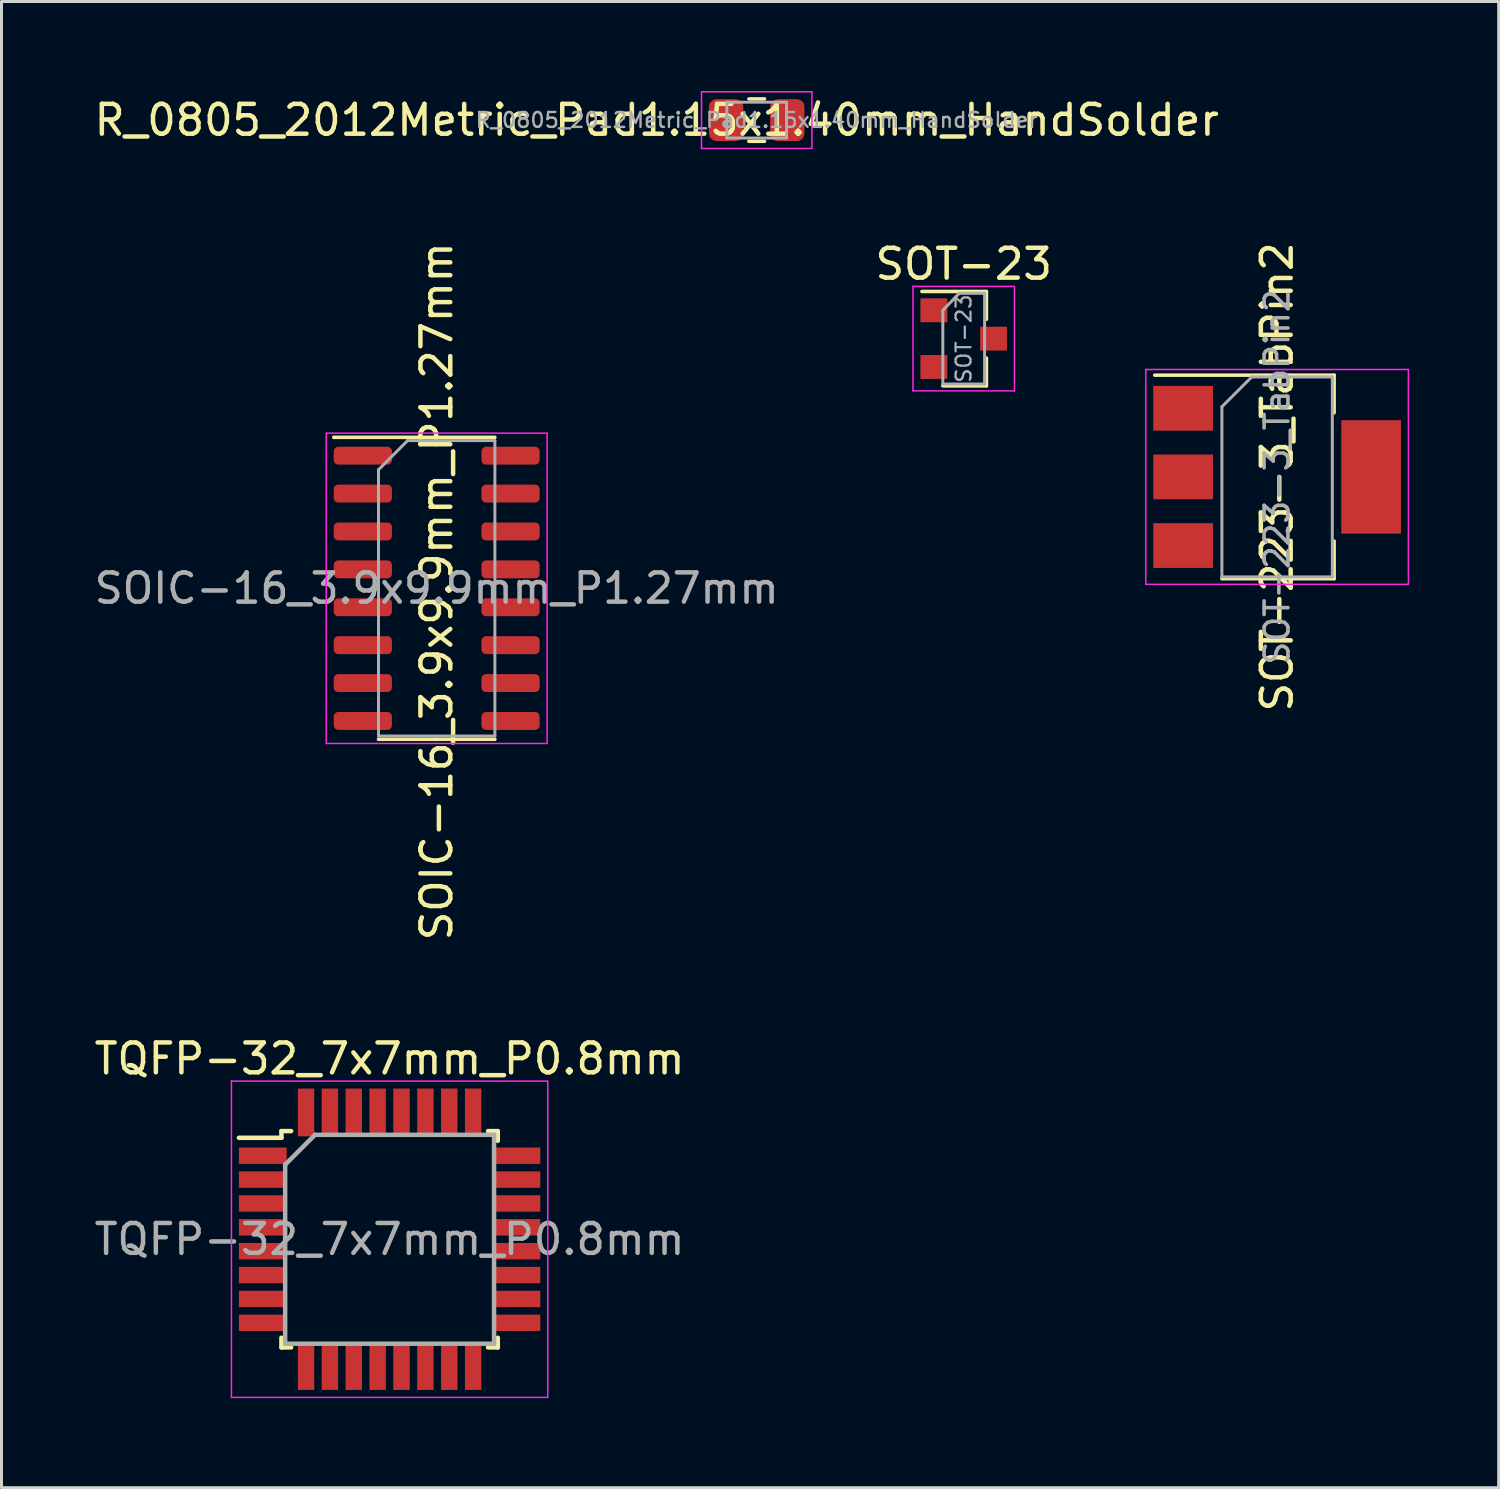
<source format=kicad_pcb>
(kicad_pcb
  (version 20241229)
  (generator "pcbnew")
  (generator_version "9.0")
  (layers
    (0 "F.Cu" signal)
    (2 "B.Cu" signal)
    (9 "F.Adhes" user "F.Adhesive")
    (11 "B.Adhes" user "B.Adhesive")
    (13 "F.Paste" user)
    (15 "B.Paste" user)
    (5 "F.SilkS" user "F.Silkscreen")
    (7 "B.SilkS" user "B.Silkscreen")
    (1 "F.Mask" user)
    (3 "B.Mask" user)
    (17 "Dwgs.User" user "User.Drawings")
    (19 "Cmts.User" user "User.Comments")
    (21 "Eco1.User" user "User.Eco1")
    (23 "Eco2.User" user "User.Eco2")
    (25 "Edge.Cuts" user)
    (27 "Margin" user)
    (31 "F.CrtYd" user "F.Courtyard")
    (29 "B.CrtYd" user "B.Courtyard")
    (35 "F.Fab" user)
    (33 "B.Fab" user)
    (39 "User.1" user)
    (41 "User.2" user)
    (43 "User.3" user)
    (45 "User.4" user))
  (footprint "SOIC-16_3.9x9.9mm_P1.27mm"
    (layer "F.Cu")
    (at 11.584 16.665)
    (property "Reference" "SOIC-16_3.9x9.9mm_P1.27mm" (at 0 0.1 270) (layer "F.SilkS") (effects (font (size 1 1) (thickness 0.15))))
    (attr smd)
    (fp_line (start 0 -5.06) (end -3.45 -5.06) (stroke (width 0.12) (type solid)) (layer "F.SilkS"))
    (fp_line (start 0 -5.06) (end 1.95 -5.06) (stroke (width 0.12) (type solid)) (layer "F.SilkS"))
    (fp_line (start 0 5.06) (end -1.95 5.06) (stroke (width 0.12) (type solid)) (layer "F.SilkS"))
    (fp_line (start 0 5.06) (end 1.95 5.06) (stroke (width 0.12) (type solid)) (layer "F.SilkS"))
    (fp_line (start -3.7 -5.2) (end -3.7 5.2) (stroke (width 0.05) (type solid)) (layer "F.CrtYd"))
    (fp_line (start -3.7 5.2) (end 3.7 5.2) (stroke (width 0.05) (type solid)) (layer "F.CrtYd"))
    (fp_line (start 3.7 -5.2) (end -3.7 -5.2) (stroke (width 0.05) (type solid)) (layer "F.CrtYd"))
    (fp_line (start 3.7 5.2) (end 3.7 -5.2) (stroke (width 0.05) (type solid)) (layer "F.CrtYd"))
    (fp_line (start -1.95 -3.975) (end -0.975 -4.95) (stroke (width 0.1) (type solid)) (layer "F.Fab"))
    (fp_line (start -1.95 4.95) (end -1.95 -3.975) (stroke (width 0.1) (type solid)) (layer "F.Fab"))
    (fp_line (start -0.975 -4.95) (end 1.95 -4.95) (stroke (width 0.1) (type solid)) (layer "F.Fab"))
    (fp_line (start 1.95 -4.95) (end 1.95 4.95) (stroke (width 0.1) (type solid)) (layer "F.Fab"))
    (fp_line (start 1.95 4.95) (end -1.95 4.95) (stroke (width 0.1) (type solid)) (layer "F.Fab"))
    (fp_text user "${REFERENCE}" (at 0 0 0) (layer "F.Fab") (effects (font (size 0.98 0.98) (thickness 0.15))))
    (pad "1" smd roundrect (at -2.475 -4.445) (size 1.95 0.6) (layers "F.Cu" "F.Mask" "F.Paste") (roundrect_rratio 0.25))
    (pad "2" smd roundrect (at -2.475 -3.175) (size 1.95 0.6) (layers "F.Cu" "F.Mask" "F.Paste") (roundrect_rratio 0.25))
    (pad "3" smd roundrect (at -2.475 -1.905) (size 1.95 0.6) (layers "F.Cu" "F.Mask" "F.Paste") (roundrect_rratio 0.25))
    (pad "4" smd roundrect (at -2.475 -0.635) (size 1.95 0.6) (layers "F.Cu" "F.Mask" "F.Paste") (roundrect_rratio 0.25))
    (pad "5" smd roundrect (at -2.475 0.635) (size 1.95 0.6) (layers "F.Cu" "F.Mask" "F.Paste") (roundrect_rratio 0.25))
    (pad "6" smd roundrect (at -2.475 1.905) (size 1.95 0.6) (layers "F.Cu" "F.Mask" "F.Paste") (roundrect_rratio 0.25))
    (pad "7" smd roundrect (at -2.475 3.175) (size 1.95 0.6) (layers "F.Cu" "F.Mask" "F.Paste") (roundrect_rratio 0.25))
    (pad "8" smd roundrect (at -2.475 4.445) (size 1.95 0.6) (layers "F.Cu" "F.Mask" "F.Paste") (roundrect_rratio 0.25))
    (pad "9" smd roundrect (at 2.475 4.445) (size 1.95 0.6) (layers "F.Cu" "F.Mask" "F.Paste") (roundrect_rratio 0.25))
    (pad "10" smd roundrect (at 2.475 3.175) (size 1.95 0.6) (layers "F.Cu" "F.Mask" "F.Paste") (roundrect_rratio 0.25))
    (pad "11" smd roundrect (at 2.475 1.905) (size 1.95 0.6) (layers "F.Cu" "F.Mask" "F.Paste") (roundrect_rratio 0.25))
    (pad "12" smd roundrect (at 2.475 0.635) (size 1.95 0.6) (layers "F.Cu" "F.Mask" "F.Paste") (roundrect_rratio 0.25))
    (pad "13" smd roundrect (at 2.475 -0.635) (size 1.95 0.6) (layers "F.Cu" "F.Mask" "F.Paste") (roundrect_rratio 0.25))
    (pad "14" smd roundrect (at 2.475 -1.905) (size 1.95 0.6) (layers "F.Cu" "F.Mask" "F.Paste") (roundrect_rratio 0.25))
    (pad "15" smd roundrect (at 2.475 -3.175) (size 1.95 0.6) (layers "F.Cu" "F.Mask" "F.Paste") (roundrect_rratio 0.25))
    (pad "16" smd roundrect (at 2.475 -4.445) (size 1.95 0.6) (layers "F.Cu" "F.Mask" "F.Paste") (roundrect_rratio 0.25)))
  (footprint "TQFP-32_7x7mm_P0.8mm"
    (layer "F.Cu")
    (at 10.006 38.479)
    (property "Reference" "TQFP-32_7x7mm_P0.8mm" (at 0 -6.05 0) (layer "F.SilkS") (effects (font (size 1 1) (thickness 0.15))))
    (attr smd)
    (fp_line (start -3.625 -3.625) (end -3.625 -3.4) (stroke (width 0.15) (type solid)) (layer "F.SilkS"))
    (fp_line (start -3.625 -3.625) (end -3.3 -3.625) (stroke (width 0.15) (type solid)) (layer "F.SilkS"))
    (fp_line (start -3.625 -3.4) (end -5.05 -3.4) (stroke (width 0.15) (type solid)) (layer "F.SilkS"))
    (fp_line (start -3.625 3.625) (end -3.625 3.3) (stroke (width 0.15) (type solid)) (layer "F.SilkS"))
    (fp_line (start -3.625 3.625) (end -3.3 3.625) (stroke (width 0.15) (type solid)) (layer "F.SilkS"))
    (fp_line (start 3.625 -3.625) (end 3.3 -3.625) (stroke (width 0.15) (type solid)) (layer "F.SilkS"))
    (fp_line (start 3.625 -3.625) (end 3.625 -3.3) (stroke (width 0.15) (type solid)) (layer "F.SilkS"))
    (fp_line (start 3.625 3.625) (end 3.3 3.625) (stroke (width 0.15) (type solid)) (layer "F.SilkS"))
    (fp_line (start 3.625 3.625) (end 3.625 3.3) (stroke (width 0.15) (type solid)) (layer "F.SilkS"))
    (fp_line (start -5.3 -5.3) (end -5.3 5.3) (stroke (width 0.05) (type solid)) (layer "F.CrtYd"))
    (fp_line (start -5.3 -5.3) (end 5.3 -5.3) (stroke (width 0.05) (type solid)) (layer "F.CrtYd"))
    (fp_line (start -5.3 5.3) (end 5.3 5.3) (stroke (width 0.05) (type solid)) (layer "F.CrtYd"))
    (fp_line (start 5.3 -5.3) (end 5.3 5.3) (stroke (width 0.05) (type solid)) (layer "F.CrtYd"))
    (fp_line (start -3.5 -2.5) (end -2.5 -3.5) (stroke (width 0.15) (type solid)) (layer "F.Fab"))
    (fp_line (start -3.5 3.5) (end -3.5 -2.5) (stroke (width 0.15) (type solid)) (layer "F.Fab"))
    (fp_line (start -2.5 -3.5) (end 3.5 -3.5) (stroke (width 0.15) (type solid)) (layer "F.Fab"))
    (fp_line (start 3.5 -3.5) (end 3.5 3.5) (stroke (width 0.15) (type solid)) (layer "F.Fab"))
    (fp_line (start 3.5 3.5) (end -3.5 3.5) (stroke (width 0.15) (type solid)) (layer "F.Fab"))
    (fp_text user "${REFERENCE}" (at 0 0 0) (layer "F.Fab") (effects (font (size 1 1) (thickness 0.15))))
    (pad "1" smd rect (at -4.25 -2.8) (size 1.6 0.55) (layers "F.Cu" "F.Mask" "F.Paste"))
    (pad "2" smd rect (at -4.25 -2) (size 1.6 0.55) (layers "F.Cu" "F.Mask" "F.Paste"))
    (pad "3" smd rect (at -4.25 -1.2) (size 1.6 0.55) (layers "F.Cu" "F.Mask" "F.Paste"))
    (pad "4" smd rect (at -4.25 -0.4) (size 1.6 0.55) (layers "F.Cu" "F.Mask" "F.Paste"))
    (pad "5" smd rect (at -4.25 0.4) (size 1.6 0.55) (layers "F.Cu" "F.Mask" "F.Paste"))
    (pad "6" smd rect (at -4.25 1.2) (size 1.6 0.55) (layers "F.Cu" "F.Mask" "F.Paste"))
    (pad "7" smd rect (at -4.25 2) (size 1.6 0.55) (layers "F.Cu" "F.Mask" "F.Paste"))
    (pad "8" smd rect (at -4.25 2.8) (size 1.6 0.55) (layers "F.Cu" "F.Mask" "F.Paste"))
    (pad "9" smd rect (at -2.8 4.25 90) (size 1.6 0.55) (layers "F.Cu" "F.Mask" "F.Paste"))
    (pad "10" smd rect (at -2 4.25 90) (size 1.6 0.55) (layers "F.Cu" "F.Mask" "F.Paste"))
    (pad "11" smd rect (at -1.2 4.25 90) (size 1.6 0.55) (layers "F.Cu" "F.Mask" "F.Paste"))
    (pad "12" smd rect (at -0.4 4.25 90) (size 1.6 0.55) (layers "F.Cu" "F.Mask" "F.Paste"))
    (pad "13" smd rect (at 0.4 4.25 90) (size 1.6 0.55) (layers "F.Cu" "F.Mask" "F.Paste"))
    (pad "14" smd rect (at 1.2 4.25 90) (size 1.6 0.55) (layers "F.Cu" "F.Mask" "F.Paste"))
    (pad "15" smd rect (at 2 4.25 90) (size 1.6 0.55) (layers "F.Cu" "F.Mask" "F.Paste"))
    (pad "16" smd rect (at 2.8 4.25 90) (size 1.6 0.55) (layers "F.Cu" "F.Mask" "F.Paste"))
    (pad "17" smd rect (at 4.25 2.8) (size 1.6 0.55) (layers "F.Cu" "F.Mask" "F.Paste"))
    (pad "18" smd rect (at 4.25 2) (size 1.6 0.55) (layers "F.Cu" "F.Mask" "F.Paste"))
    (pad "19" smd rect (at 4.25 1.2) (size 1.6 0.55) (layers "F.Cu" "F.Mask" "F.Paste"))
    (pad "20" smd rect (at 4.25 0.4) (size 1.6 0.55) (layers "F.Cu" "F.Mask" "F.Paste"))
    (pad "21" smd rect (at 4.25 -0.4) (size 1.6 0.55) (layers "F.Cu" "F.Mask" "F.Paste"))
    (pad "22" smd rect (at 4.25 -1.2) (size 1.6 0.55) (layers "F.Cu" "F.Mask" "F.Paste"))
    (pad "23" smd rect (at 4.25 -2) (size 1.6 0.55) (layers "F.Cu" "F.Mask" "F.Paste"))
    (pad "24" smd rect (at 4.25 -2.8) (size 1.6 0.55) (layers "F.Cu" "F.Mask" "F.Paste"))
    (pad "25" smd rect (at 2.8 -4.25 90) (size 1.6 0.55) (layers "F.Cu" "F.Mask" "F.Paste"))
    (pad "26" smd rect (at 2 -4.25 90) (size 1.6 0.55) (layers "F.Cu" "F.Mask" "F.Paste"))
    (pad "27" smd rect (at 1.2 -4.25 90) (size 1.6 0.55) (layers "F.Cu" "F.Mask" "F.Paste"))
    (pad "28" smd rect (at 0.4 -4.25 90) (size 1.6 0.55) (layers "F.Cu" "F.Mask" "F.Paste"))
    (pad "29" smd rect (at -0.4 -4.25 90) (size 1.6 0.55) (layers "F.Cu" "F.Mask" "F.Paste"))
    (pad "30" smd rect (at -1.2 -4.25 90) (size 1.6 0.55) (layers "F.Cu" "F.Mask" "F.Paste"))
    (pad "31" smd rect (at -2 -4.25 90) (size 1.6 0.55) (layers "F.Cu" "F.Mask" "F.Paste"))
    (pad "32" smd rect (at -2.8 -4.25 90) (size 1.6 0.55) (layers "F.Cu" "F.Mask" "F.Paste")))
  (footprint "SOT-23"
    (layer "F.Cu")
    (at 29.245 8.298)
    (property "Reference" "SOT-23" (at 0 -2.5 0) (layer "F.SilkS") (effects (font (size 1 1) (thickness 0.15))))
    (attr smd)
    (fp_line (start 0.76 -1.58) (end -1.4 -1.58) (stroke (width 0.12) (type solid)) (layer "F.SilkS"))
    (fp_line (start 0.76 -1.58) (end 0.76 -0.65) (stroke (width 0.12) (type solid)) (layer "F.SilkS"))
    (fp_line (start 0.76 1.58) (end -0.7 1.58) (stroke (width 0.12) (type solid)) (layer "F.SilkS"))
    (fp_line (start 0.76 1.58) (end 0.76 0.65) (stroke (width 0.12) (type solid)) (layer "F.SilkS"))
    (fp_line (start -1.7 -1.75) (end 1.7 -1.75) (stroke (width 0.05) (type solid)) (layer "F.CrtYd"))
    (fp_line (start -1.7 1.75) (end -1.7 -1.75) (stroke (width 0.05) (type solid)) (layer "F.CrtYd"))
    (fp_line (start 1.7 -1.75) (end 1.7 1.75) (stroke (width 0.05) (type solid)) (layer "F.CrtYd"))
    (fp_line (start 1.7 1.75) (end -1.7 1.75) (stroke (width 0.05) (type solid)) (layer "F.CrtYd"))
    (fp_line (start -0.7 -0.95) (end -0.7 1.5) (stroke (width 0.1) (type solid)) (layer "F.Fab"))
    (fp_line (start -0.7 -0.95) (end -0.15 -1.52) (stroke (width 0.1) (type solid)) (layer "F.Fab"))
    (fp_line (start -0.7 1.52) (end 0.7 1.52) (stroke (width 0.1) (type solid)) (layer "F.Fab"))
    (fp_line (start -0.15 -1.52) (end 0.7 -1.52) (stroke (width 0.1) (type solid)) (layer "F.Fab"))
    (fp_line (start 0.7 -1.52) (end 0.7 1.52) (stroke (width 0.1) (type solid)) (layer "F.Fab"))
    (fp_text user "${REFERENCE}" (at 0 0 90) (layer "F.Fab") (effects (font (size 0.5 0.5) (thickness 0.075))))
    (pad "1" smd rect (at -1 -0.95) (size 0.9 0.8) (layers "F.Cu" "F.Mask" "F.Paste"))
    (pad "2" smd rect (at -1 0.95) (size 0.9 0.8) (layers "F.Cu" "F.Mask" "F.Paste"))
    (pad "3" smd rect (at 1 0) (size 0.9 0.8) (layers "F.Cu" "F.Mask" "F.Paste")))
  (footprint "R_0805_2012Metric_Pad1.15x1.40mm_HandSolder"
    (layer "F.Cu")
    (at 22.308 0.975)
    (property "Reference" "R_0805_2012Metric_Pad1.15x1.40mm_HandSolder" (at -3.35 0 180) (layer "F.SilkS") (effects (font (size 1 1) (thickness 0.15))))
    (attr smd)
    (fp_line (start -0.261 -0.71) (end 0.261 -0.71) (stroke (width 0.12) (type solid)) (layer "F.SilkS"))
    (fp_line (start -0.261 0.71) (end 0.261 0.71) (stroke (width 0.12) (type solid)) (layer "F.SilkS"))
    (fp_line (start -1.85 -0.95) (end 1.85 -0.95) (stroke (width 0.05) (type solid)) (layer "F.CrtYd"))
    (fp_line (start -1.85 0.95) (end -1.85 -0.95) (stroke (width 0.05) (type solid)) (layer "F.CrtYd"))
    (fp_line (start 1.85 -0.95) (end 1.85 0.95) (stroke (width 0.05) (type solid)) (layer "F.CrtYd"))
    (fp_line (start 1.85 0.95) (end -1.85 0.95) (stroke (width 0.05) (type solid)) (layer "F.CrtYd"))
    (fp_line (start -1 -0.6) (end 1 -0.6) (stroke (width 0.1) (type solid)) (layer "F.Fab"))
    (fp_line (start -1 0.6) (end -1 -0.6) (stroke (width 0.1) (type solid)) (layer "F.Fab"))
    (fp_line (start 1 -0.6) (end 1 0.6) (stroke (width 0.1) (type solid)) (layer "F.Fab"))
    (fp_line (start 1 0.6) (end -1 0.6) (stroke (width 0.1) (type solid)) (layer "F.Fab"))
    (fp_text user "${REFERENCE}" (at 0 0 180) (layer "F.Fab") (effects (font (size 0.5 0.5) (thickness 0.08))))
    (pad "1" smd roundrect (at -1.025 0) (size 1.15 1.4) (layers "F.Cu" "F.Mask" "F.Paste") (roundrect_rratio 0.217))
    (pad "2" smd roundrect (at 1.025 0) (size 1.15 1.4) (layers "F.Cu" "F.Mask" "F.Paste") (roundrect_rratio 0.217)))
  (footprint "SOT-223-3_TabPin2"
    (layer "F.Cu")
    (at 39.747 12.932)
    (property "Reference" "SOT-223-3_TabPin2" (at 0 0 90) (layer "F.SilkS") (effects (font (size 1 1) (thickness 0.15))))
    (attr smd)
    (fp_line (start -4.1 -3.41) (end 1.91 -3.41) (stroke (width 0.12) (type solid)) (layer "F.SilkS"))
    (fp_line (start -1.85 3.41) (end 1.91 3.41) (stroke (width 0.12) (type solid)) (layer "F.SilkS"))
    (fp_line (start 1.91 -3.41) (end 1.91 -2.15) (stroke (width 0.12) (type solid)) (layer "F.SilkS"))
    (fp_line (start 1.91 3.41) (end 1.91 2.15) (stroke (width 0.12) (type solid)) (layer "F.SilkS"))
    (fp_line (start -4.4 -3.6) (end -4.4 3.6) (stroke (width 0.05) (type solid)) (layer "F.CrtYd"))
    (fp_line (start -4.4 3.6) (end 4.4 3.6) (stroke (width 0.05) (type solid)) (layer "F.CrtYd"))
    (fp_line (start 4.4 -3.6) (end -4.4 -3.6) (stroke (width 0.05) (type solid)) (layer "F.CrtYd"))
    (fp_line (start 4.4 3.6) (end 4.4 -3.6) (stroke (width 0.05) (type solid)) (layer "F.CrtYd"))
    (fp_line (start -1.85 -2.35) (end -1.85 3.35) (stroke (width 0.1) (type solid)) (layer "F.Fab"))
    (fp_line (start -1.85 -2.35) (end -0.85 -3.35) (stroke (width 0.1) (type solid)) (layer "F.Fab"))
    (fp_line (start -1.85 3.35) (end 1.85 3.35) (stroke (width 0.1) (type solid)) (layer "F.Fab"))
    (fp_line (start -0.85 -3.35) (end 1.85 -3.35) (stroke (width 0.1) (type solid)) (layer "F.Fab"))
    (fp_line (start 1.85 -3.35) (end 1.85 3.35) (stroke (width 0.1) (type solid)) (layer "F.Fab"))
    (fp_text user "${REFERENCE}" (at 0 0 270) (layer "F.Fab") (effects (font (size 0.8 0.8) (thickness 0.12))))
    (pad "1" smd rect (at -3.15 -2.3) (size 2 1.5) (layers "F.Cu" "F.Mask" "F.Paste"))
    (pad "2" smd rect (at -3.15 0) (size 2 1.5) (layers "F.Cu" "F.Mask" "F.Paste"))
    (pad "2" smd rect (at 3.15 0) (size 2 3.8) (layers "F.Cu" "F.Mask" "F.Paste"))
    (pad "3" smd rect (at -3.15 2.3) (size 2 1.5) (layers "F.Cu" "F.Mask" "F.Paste")))
  (gr_rect
    (start -3 -3)
    (end 47.172 46.804)
    (stroke (width 0.1) (type default))
    (fill no)
    (layer "Edge.Cuts")))
</source>
